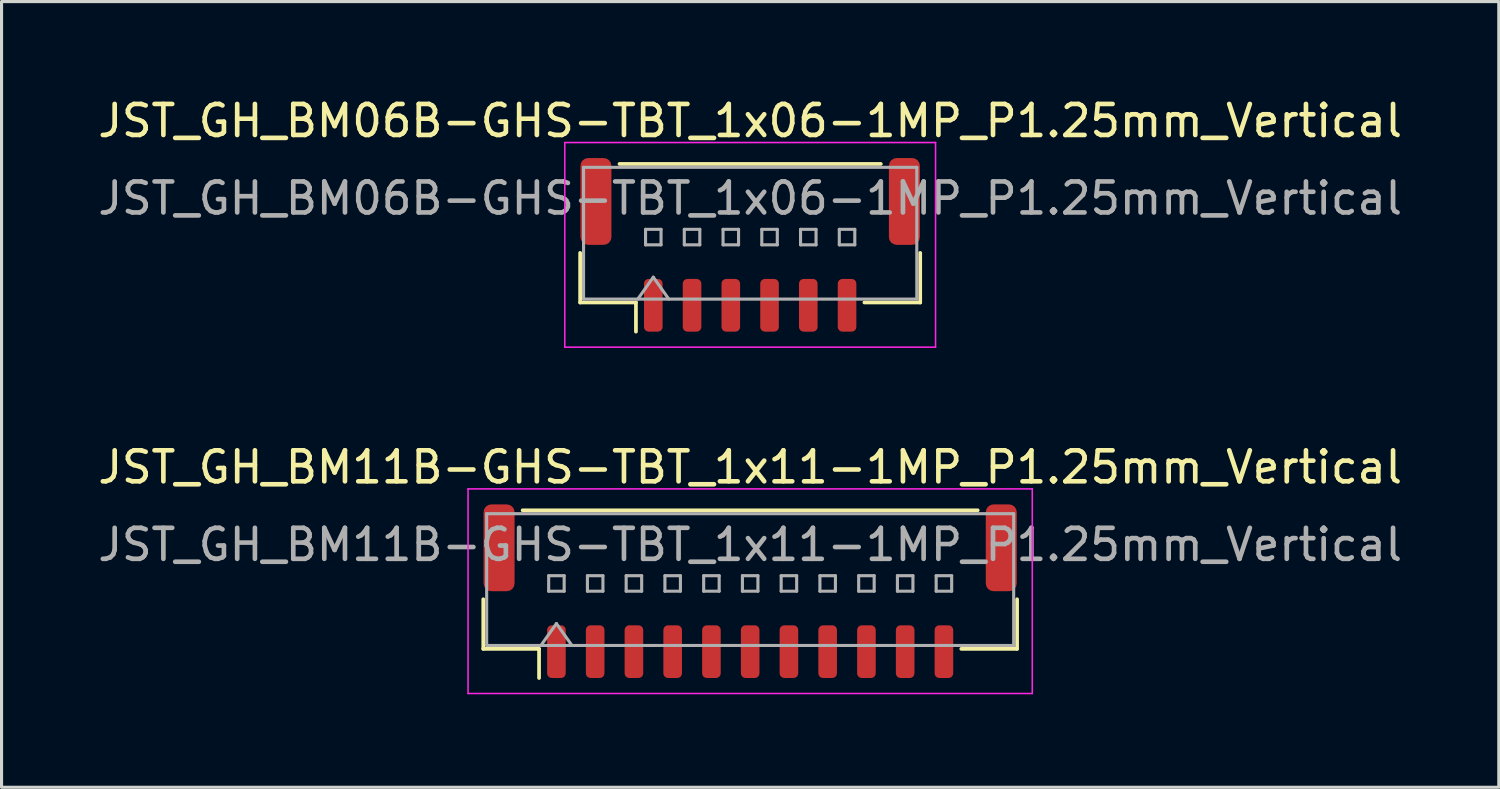
<source format=kicad_pcb>
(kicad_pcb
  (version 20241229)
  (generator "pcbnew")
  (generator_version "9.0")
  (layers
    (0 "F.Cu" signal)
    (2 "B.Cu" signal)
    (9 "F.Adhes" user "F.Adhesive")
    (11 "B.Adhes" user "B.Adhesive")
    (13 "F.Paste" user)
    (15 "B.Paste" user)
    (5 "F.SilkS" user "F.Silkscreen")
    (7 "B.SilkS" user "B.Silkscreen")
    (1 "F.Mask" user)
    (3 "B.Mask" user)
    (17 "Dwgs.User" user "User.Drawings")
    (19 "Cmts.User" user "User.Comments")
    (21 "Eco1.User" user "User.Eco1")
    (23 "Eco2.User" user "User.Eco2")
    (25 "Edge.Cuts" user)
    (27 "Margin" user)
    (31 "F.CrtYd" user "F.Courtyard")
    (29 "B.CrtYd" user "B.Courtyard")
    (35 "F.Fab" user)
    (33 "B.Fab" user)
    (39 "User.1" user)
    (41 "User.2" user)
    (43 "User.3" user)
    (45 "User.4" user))
  (footprint "JST_GH_BM06B-GHS-TBT_1x06-1MP_P1.25mm_Vertical"
    (layer "F.Cu")
    (at 21.149 4.848)
    (property "Reference" "JST_GH_BM06B-GHS-TBT_1x06-1MP_P1.25mm_Vertical" (at 0 -4 0) (layer "F.SilkS") (effects (font (size 1 1) (thickness 0.15))))
    (attr smd)
    (fp_line (start -5.485 0.26) (end -5.485 1.86) (stroke (width 0.12) (type solid)) (layer "F.SilkS"))
    (fp_line (start -5.485 1.86) (end -3.685 1.86) (stroke (width 0.12) (type solid)) (layer "F.SilkS"))
    (fp_line (start -4.215 -2.61) (end 4.215 -2.61) (stroke (width 0.12) (type solid)) (layer "F.SilkS"))
    (fp_line (start -3.685 1.86) (end -3.685 2.8) (stroke (width 0.12) (type solid)) (layer "F.SilkS"))
    (fp_line (start 5.485 0.26) (end 5.485 1.86) (stroke (width 0.12) (type solid)) (layer "F.SilkS"))
    (fp_line (start 5.485 1.86) (end 3.685 1.86) (stroke (width 0.12) (type solid)) (layer "F.SilkS"))
    (fp_line (start -5.98 -3.3) (end -5.98 3.3) (stroke (width 0.05) (type solid)) (layer "F.CrtYd"))
    (fp_line (start -5.98 3.3) (end 5.98 3.3) (stroke (width 0.05) (type solid)) (layer "F.CrtYd"))
    (fp_line (start 5.98 -3.3) (end -5.98 -3.3) (stroke (width 0.05) (type solid)) (layer "F.CrtYd"))
    (fp_line (start 5.98 3.3) (end 5.98 -3.3) (stroke (width 0.05) (type solid)) (layer "F.CrtYd"))
    (fp_line (start -5.375 -2.5) (end 5.375 -2.5) (stroke (width 0.1) (type solid)) (layer "F.Fab"))
    (fp_line (start -5.375 1.75) (end -5.375 -2.5) (stroke (width 0.1) (type solid)) (layer "F.Fab"))
    (fp_line (start -5.375 1.75) (end 5.375 1.75) (stroke (width 0.1) (type solid)) (layer "F.Fab"))
    (fp_line (start -3.625 1.75) (end -3.125 1.043) (stroke (width 0.1) (type solid)) (layer "F.Fab"))
    (fp_line (start -3.375 -0.5) (end -3.375 0) (stroke (width 0.1) (type solid)) (layer "F.Fab"))
    (fp_line (start -3.375 0) (end -2.875 0) (stroke (width 0.1) (type solid)) (layer "F.Fab"))
    (fp_line (start -3.125 1.043) (end -2.625 1.75) (stroke (width 0.1) (type solid)) (layer "F.Fab"))
    (fp_line (start -2.875 -0.5) (end -3.375 -0.5) (stroke (width 0.1) (type solid)) (layer "F.Fab"))
    (fp_line (start -2.875 0) (end -2.875 -0.5) (stroke (width 0.1) (type solid)) (layer "F.Fab"))
    (fp_line (start -2.125 -0.5) (end -2.125 0) (stroke (width 0.1) (type solid)) (layer "F.Fab"))
    (fp_line (start -2.125 0) (end -1.625 0) (stroke (width 0.1) (type solid)) (layer "F.Fab"))
    (fp_line (start -1.625 -0.5) (end -2.125 -0.5) (stroke (width 0.1) (type solid)) (layer "F.Fab"))
    (fp_line (start -1.625 0) (end -1.625 -0.5) (stroke (width 0.1) (type solid)) (layer "F.Fab"))
    (fp_line (start -0.875 -0.5) (end -0.875 0) (stroke (width 0.1) (type solid)) (layer "F.Fab"))
    (fp_line (start -0.875 0) (end -0.375 0) (stroke (width 0.1) (type solid)) (layer "F.Fab"))
    (fp_line (start -0.375 -0.5) (end -0.875 -0.5) (stroke (width 0.1) (type solid)) (layer "F.Fab"))
    (fp_line (start -0.375 0) (end -0.375 -0.5) (stroke (width 0.1) (type solid)) (layer "F.Fab"))
    (fp_line (start 0.375 -0.5) (end 0.375 0) (stroke (width 0.1) (type solid)) (layer "F.Fab"))
    (fp_line (start 0.375 0) (end 0.875 0) (stroke (width 0.1) (type solid)) (layer "F.Fab"))
    (fp_line (start 0.875 -0.5) (end 0.375 -0.5) (stroke (width 0.1) (type solid)) (layer "F.Fab"))
    (fp_line (start 0.875 0) (end 0.875 -0.5) (stroke (width 0.1) (type solid)) (layer "F.Fab"))
    (fp_line (start 1.625 -0.5) (end 1.625 0) (stroke (width 0.1) (type solid)) (layer "F.Fab"))
    (fp_line (start 1.625 0) (end 2.125 0) (stroke (width 0.1) (type solid)) (layer "F.Fab"))
    (fp_line (start 2.125 -0.5) (end 1.625 -0.5) (stroke (width 0.1) (type solid)) (layer "F.Fab"))
    (fp_line (start 2.125 0) (end 2.125 -0.5) (stroke (width 0.1) (type solid)) (layer "F.Fab"))
    (fp_line (start 2.875 -0.5) (end 2.875 0) (stroke (width 0.1) (type solid)) (layer "F.Fab"))
    (fp_line (start 2.875 0) (end 3.375 0) (stroke (width 0.1) (type solid)) (layer "F.Fab"))
    (fp_line (start 3.375 -0.5) (end 2.875 -0.5) (stroke (width 0.1) (type solid)) (layer "F.Fab"))
    (fp_line (start 3.375 0) (end 3.375 -0.5) (stroke (width 0.1) (type solid)) (layer "F.Fab"))
    (fp_line (start 5.375 1.75) (end 5.375 -2.5) (stroke (width 0.1) (type solid)) (layer "F.Fab"))
    (fp_text user "${REFERENCE}" (at 0 -1.5 0) (layer "F.Fab") (effects (font (size 1 1) (thickness 0.15))))
    (pad "1" smd roundrect (at -3.125 1.95) (size 0.6 1.7) (layers "F.Cu" "F.Mask" "F.Paste") (roundrect_rratio 0.25))
    (pad "2" smd roundrect (at -1.875 1.95) (size 0.6 1.7) (layers "F.Cu" "F.Mask" "F.Paste") (roundrect_rratio 0.25))
    (pad "3" smd roundrect (at -0.625 1.95) (size 0.6 1.7) (layers "F.Cu" "F.Mask" "F.Paste") (roundrect_rratio 0.25))
    (pad "4" smd roundrect (at 0.625 1.95) (size 0.6 1.7) (layers "F.Cu" "F.Mask" "F.Paste") (roundrect_rratio 0.25))
    (pad "5" smd roundrect (at 1.875 1.95) (size 0.6 1.7) (layers "F.Cu" "F.Mask" "F.Paste") (roundrect_rratio 0.25))
    (pad "6" smd roundrect (at 3.125 1.95) (size 0.6 1.7) (layers "F.Cu" "F.Mask" "F.Paste") (roundrect_rratio 0.25))
    (pad "MP" smd roundrect (at -4.975 -1.4) (size 1 2.8) (layers "F.Cu" "F.Mask" "F.Paste") (roundrect_rratio 0.25))
    (pad "MP" smd roundrect (at 4.975 -1.4) (size 1 2.8) (layers "F.Cu" "F.Mask" "F.Paste") (roundrect_rratio 0.25)))
  (footprint "JST_GH_BM11B-GHS-TBT_1x11-1MP_P1.25mm_Vertical"
    (layer "F.Cu")
    (at 21.149 16.021)
    (property "Reference" "JST_GH_BM11B-GHS-TBT_1x11-1MP_P1.25mm_Vertical" (at 0 -4 0) (layer "F.SilkS") (effects (font (size 1 1) (thickness 0.15))))
    (attr smd)
    (fp_line (start -8.61 0.26) (end -8.61 1.86) (stroke (width 0.12) (type solid)) (layer "F.SilkS"))
    (fp_line (start -8.61 1.86) (end -6.81 1.86) (stroke (width 0.12) (type solid)) (layer "F.SilkS"))
    (fp_line (start -7.34 -2.61) (end 7.34 -2.61) (stroke (width 0.12) (type solid)) (layer "F.SilkS"))
    (fp_line (start -6.81 1.86) (end -6.81 2.8) (stroke (width 0.12) (type solid)) (layer "F.SilkS"))
    (fp_line (start 8.61 0.26) (end 8.61 1.86) (stroke (width 0.12) (type solid)) (layer "F.SilkS"))
    (fp_line (start 8.61 1.86) (end 6.81 1.86) (stroke (width 0.12) (type solid)) (layer "F.SilkS"))
    (fp_line (start -9.1 -3.3) (end -9.1 3.3) (stroke (width 0.05) (type solid)) (layer "F.CrtYd"))
    (fp_line (start -9.1 3.3) (end 9.1 3.3) (stroke (width 0.05) (type solid)) (layer "F.CrtYd"))
    (fp_line (start 9.1 -3.3) (end -9.1 -3.3) (stroke (width 0.05) (type solid)) (layer "F.CrtYd"))
    (fp_line (start 9.1 3.3) (end 9.1 -3.3) (stroke (width 0.05) (type solid)) (layer "F.CrtYd"))
    (fp_line (start -8.5 -2.5) (end 8.5 -2.5) (stroke (width 0.1) (type solid)) (layer "F.Fab"))
    (fp_line (start -8.5 1.75) (end -8.5 -2.5) (stroke (width 0.1) (type solid)) (layer "F.Fab"))
    (fp_line (start -8.5 1.75) (end 8.5 1.75) (stroke (width 0.1) (type solid)) (layer "F.Fab"))
    (fp_line (start -6.75 1.75) (end -6.25 1.043) (stroke (width 0.1) (type solid)) (layer "F.Fab"))
    (fp_line (start -6.5 -0.5) (end -6.5 0) (stroke (width 0.1) (type solid)) (layer "F.Fab"))
    (fp_line (start -6.5 0) (end -6 0) (stroke (width 0.1) (type solid)) (layer "F.Fab"))
    (fp_line (start -6.25 1.043) (end -5.75 1.75) (stroke (width 0.1) (type solid)) (layer "F.Fab"))
    (fp_line (start -6 -0.5) (end -6.5 -0.5) (stroke (width 0.1) (type solid)) (layer "F.Fab"))
    (fp_line (start -6 0) (end -6 -0.5) (stroke (width 0.1) (type solid)) (layer "F.Fab"))
    (fp_line (start -5.25 -0.5) (end -5.25 0) (stroke (width 0.1) (type solid)) (layer "F.Fab"))
    (fp_line (start -5.25 0) (end -4.75 0) (stroke (width 0.1) (type solid)) (layer "F.Fab"))
    (fp_line (start -4.75 -0.5) (end -5.25 -0.5) (stroke (width 0.1) (type solid)) (layer "F.Fab"))
    (fp_line (start -4.75 0) (end -4.75 -0.5) (stroke (width 0.1) (type solid)) (layer "F.Fab"))
    (fp_line (start -4 -0.5) (end -4 0) (stroke (width 0.1) (type solid)) (layer "F.Fab"))
    (fp_line (start -4 0) (end -3.5 0) (stroke (width 0.1) (type solid)) (layer "F.Fab"))
    (fp_line (start -3.5 -0.5) (end -4 -0.5) (stroke (width 0.1) (type solid)) (layer "F.Fab"))
    (fp_line (start -3.5 0) (end -3.5 -0.5) (stroke (width 0.1) (type solid)) (layer "F.Fab"))
    (fp_line (start -2.75 -0.5) (end -2.75 0) (stroke (width 0.1) (type solid)) (layer "F.Fab"))
    (fp_line (start -2.75 0) (end -2.25 0) (stroke (width 0.1) (type solid)) (layer "F.Fab"))
    (fp_line (start -2.25 -0.5) (end -2.75 -0.5) (stroke (width 0.1) (type solid)) (layer "F.Fab"))
    (fp_line (start -2.25 0) (end -2.25 -0.5) (stroke (width 0.1) (type solid)) (layer "F.Fab"))
    (fp_line (start -1.5 -0.5) (end -1.5 0) (stroke (width 0.1) (type solid)) (layer "F.Fab"))
    (fp_line (start -1.5 0) (end -1 0) (stroke (width 0.1) (type solid)) (layer "F.Fab"))
    (fp_line (start -1 -0.5) (end -1.5 -0.5) (stroke (width 0.1) (type solid)) (layer "F.Fab"))
    (fp_line (start -1 0) (end -1 -0.5) (stroke (width 0.1) (type solid)) (layer "F.Fab"))
    (fp_line (start -0.25 -0.5) (end -0.25 0) (stroke (width 0.1) (type solid)) (layer "F.Fab"))
    (fp_line (start -0.25 0) (end 0.25 0) (stroke (width 0.1) (type solid)) (layer "F.Fab"))
    (fp_line (start 0.25 -0.5) (end -0.25 -0.5) (stroke (width 0.1) (type solid)) (layer "F.Fab"))
    (fp_line (start 0.25 0) (end 0.25 -0.5) (stroke (width 0.1) (type solid)) (layer "F.Fab"))
    (fp_line (start 1 -0.5) (end 1 0) (stroke (width 0.1) (type solid)) (layer "F.Fab"))
    (fp_line (start 1 0) (end 1.5 0) (stroke (width 0.1) (type solid)) (layer "F.Fab"))
    (fp_line (start 1.5 -0.5) (end 1 -0.5) (stroke (width 0.1) (type solid)) (layer "F.Fab"))
    (fp_line (start 1.5 0) (end 1.5 -0.5) (stroke (width 0.1) (type solid)) (layer "F.Fab"))
    (fp_line (start 2.25 -0.5) (end 2.25 0) (stroke (width 0.1) (type solid)) (layer "F.Fab"))
    (fp_line (start 2.25 0) (end 2.75 0) (stroke (width 0.1) (type solid)) (layer "F.Fab"))
    (fp_line (start 2.75 -0.5) (end 2.25 -0.5) (stroke (width 0.1) (type solid)) (layer "F.Fab"))
    (fp_line (start 2.75 0) (end 2.75 -0.5) (stroke (width 0.1) (type solid)) (layer "F.Fab"))
    (fp_line (start 3.5 -0.5) (end 3.5 0) (stroke (width 0.1) (type solid)) (layer "F.Fab"))
    (fp_line (start 3.5 0) (end 4 0) (stroke (width 0.1) (type solid)) (layer "F.Fab"))
    (fp_line (start 4 -0.5) (end 3.5 -0.5) (stroke (width 0.1) (type solid)) (layer "F.Fab"))
    (fp_line (start 4 0) (end 4 -0.5) (stroke (width 0.1) (type solid)) (layer "F.Fab"))
    (fp_line (start 4.75 -0.5) (end 4.75 0) (stroke (width 0.1) (type solid)) (layer "F.Fab"))
    (fp_line (start 4.75 0) (end 5.25 0) (stroke (width 0.1) (type solid)) (layer "F.Fab"))
    (fp_line (start 5.25 -0.5) (end 4.75 -0.5) (stroke (width 0.1) (type solid)) (layer "F.Fab"))
    (fp_line (start 5.25 0) (end 5.25 -0.5) (stroke (width 0.1) (type solid)) (layer "F.Fab"))
    (fp_line (start 6 -0.5) (end 6 0) (stroke (width 0.1) (type solid)) (layer "F.Fab"))
    (fp_line (start 6 0) (end 6.5 0) (stroke (width 0.1) (type solid)) (layer "F.Fab"))
    (fp_line (start 6.5 -0.5) (end 6 -0.5) (stroke (width 0.1) (type solid)) (layer "F.Fab"))
    (fp_line (start 6.5 0) (end 6.5 -0.5) (stroke (width 0.1) (type solid)) (layer "F.Fab"))
    (fp_line (start 8.5 1.75) (end 8.5 -2.5) (stroke (width 0.1) (type solid)) (layer "F.Fab"))
    (fp_text user "${REFERENCE}" (at 0 -1.5 0) (layer "F.Fab") (effects (font (size 1 1) (thickness 0.15))))
    (pad "1" smd roundrect (at -6.25 1.95) (size 0.6 1.7) (layers "F.Cu" "F.Mask" "F.Paste") (roundrect_rratio 0.25))
    (pad "2" smd roundrect (at -5 1.95) (size 0.6 1.7) (layers "F.Cu" "F.Mask" "F.Paste") (roundrect_rratio 0.25))
    (pad "3" smd roundrect (at -3.75 1.95) (size 0.6 1.7) (layers "F.Cu" "F.Mask" "F.Paste") (roundrect_rratio 0.25))
    (pad "4" smd roundrect (at -2.5 1.95) (size 0.6 1.7) (layers "F.Cu" "F.Mask" "F.Paste") (roundrect_rratio 0.25))
    (pad "5" smd roundrect (at -1.25 1.95) (size 0.6 1.7) (layers "F.Cu" "F.Mask" "F.Paste") (roundrect_rratio 0.25))
    (pad "6" smd roundrect (at 0 1.95) (size 0.6 1.7) (layers "F.Cu" "F.Mask" "F.Paste") (roundrect_rratio 0.25))
    (pad "7" smd roundrect (at 1.25 1.95) (size 0.6 1.7) (layers "F.Cu" "F.Mask" "F.Paste") (roundrect_rratio 0.25))
    (pad "8" smd roundrect (at 2.5 1.95) (size 0.6 1.7) (layers "F.Cu" "F.Mask" "F.Paste") (roundrect_rratio 0.25))
    (pad "9" smd roundrect (at 3.75 1.95) (size 0.6 1.7) (layers "F.Cu" "F.Mask" "F.Paste") (roundrect_rratio 0.25))
    (pad "10" smd roundrect (at 5 1.95) (size 0.6 1.7) (layers "F.Cu" "F.Mask" "F.Paste") (roundrect_rratio 0.25))
    (pad "11" smd roundrect (at 6.25 1.95) (size 0.6 1.7) (layers "F.Cu" "F.Mask" "F.Paste") (roundrect_rratio 0.25))
    (pad "MP" smd roundrect (at -8.1 -1.4) (size 1 2.8) (layers "F.Cu" "F.Mask" "F.Paste") (roundrect_rratio 0.25))
    (pad "MP" smd roundrect (at 8.1 -1.4) (size 1 2.8) (layers "F.Cu" "F.Mask" "F.Paste") (roundrect_rratio 0.25)))
  (gr_rect
    (start -3 -3)
    (end 45.298 22.346)
    (stroke (width 0.1) (type default))
    (fill no)
    (layer "Edge.Cuts")))
</source>
